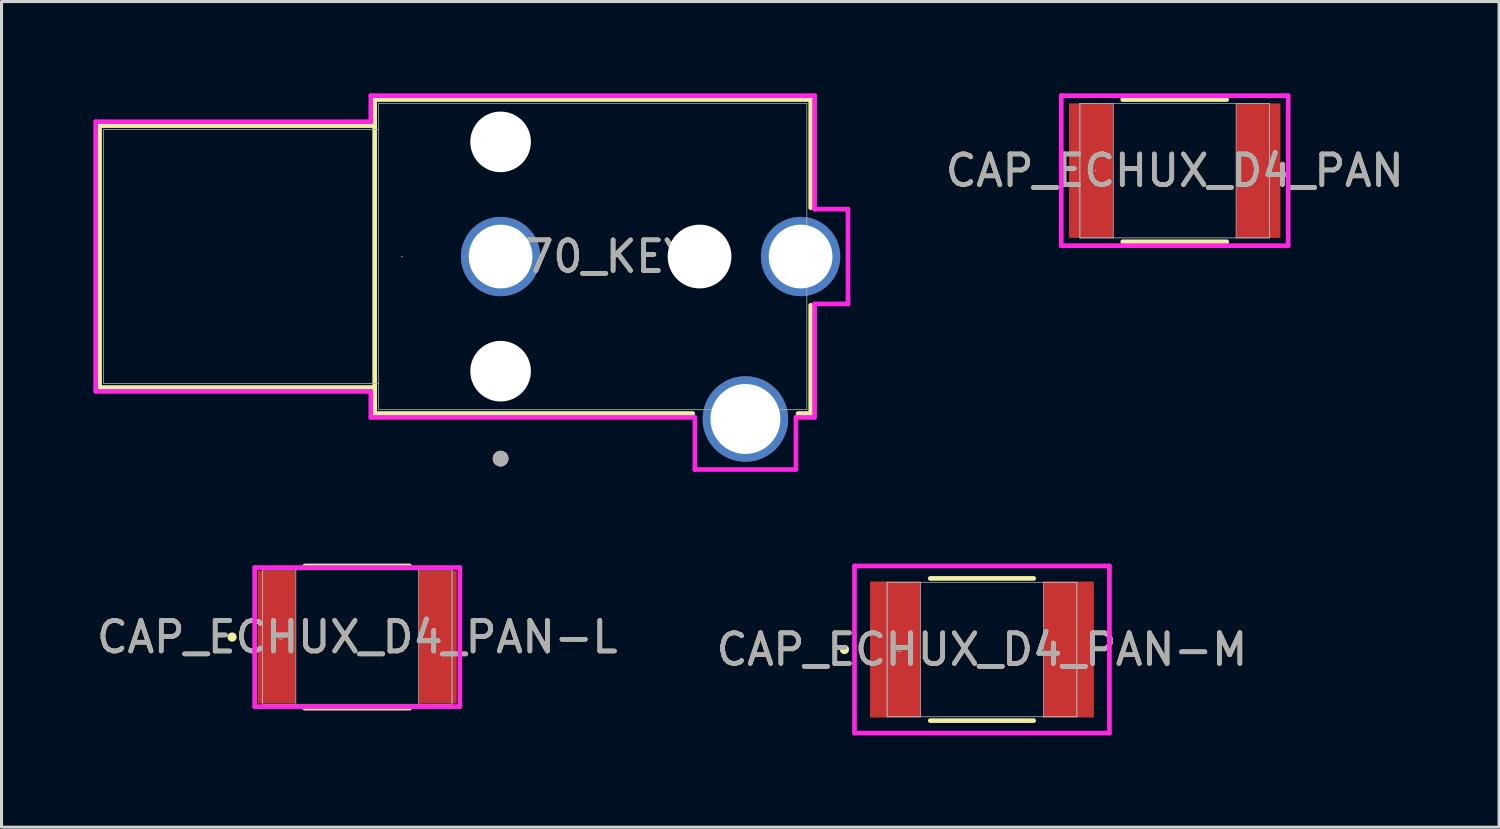
<source format=kicad_pcb>
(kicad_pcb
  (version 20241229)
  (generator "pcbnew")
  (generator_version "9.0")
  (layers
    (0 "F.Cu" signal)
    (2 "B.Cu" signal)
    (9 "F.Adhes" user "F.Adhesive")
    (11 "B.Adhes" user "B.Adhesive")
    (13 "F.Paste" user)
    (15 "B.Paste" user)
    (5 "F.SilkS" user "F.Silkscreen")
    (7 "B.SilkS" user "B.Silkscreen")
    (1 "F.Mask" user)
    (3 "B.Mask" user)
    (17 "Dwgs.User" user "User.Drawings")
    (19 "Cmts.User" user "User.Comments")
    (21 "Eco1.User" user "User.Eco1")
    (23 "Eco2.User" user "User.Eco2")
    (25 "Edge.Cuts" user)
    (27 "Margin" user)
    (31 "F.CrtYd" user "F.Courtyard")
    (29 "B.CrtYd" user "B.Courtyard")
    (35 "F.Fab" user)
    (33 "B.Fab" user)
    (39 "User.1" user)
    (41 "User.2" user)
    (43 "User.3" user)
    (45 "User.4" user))
  (footprint "970_KEY"
    (layer "F.Cu")
    (at 13.31 5.334)
    (property "Reference" "970_KEY" (at 3.01 0 0) (unlocked yes) (layer "F.SilkS") (effects (font (size 1 1) (thickness 0.15))))
    (attr through_hole)
    (fp_line (start -13.106 -4.28) (end -13.106 4.28) (stroke (width 0.152) (type solid)) (layer "F.SilkS"))
    (fp_line (start -13.106 4.28) (end -4.115 4.28) (stroke (width 0.152) (type solid)) (layer "F.SilkS"))
    (fp_line (start -4.115 -5.131) (end -4.115 5.131) (stroke (width 0.152) (type solid)) (layer "F.SilkS"))
    (fp_line (start -4.115 -4.28) (end -13.106 -4.28) (stroke (width 0.152) (type solid)) (layer "F.SilkS"))
    (fp_line (start -4.115 5.131) (end 6.28 5.131) (stroke (width 0.152) (type solid)) (layer "F.SilkS"))
    (fp_line (start 9.722 5.131) (end 10.135 5.131) (stroke (width 0.152) (type solid)) (layer "F.SilkS"))
    (fp_line (start 10.135 -5.131) (end -4.115 -5.131) (stroke (width 0.152) (type solid)) (layer "F.SilkS"))
    (fp_line (start 10.135 -1.594) (end 10.135 -5.131) (stroke (width 0.152) (type solid)) (layer "F.SilkS"))
    (fp_line (start 10.135 5.131) (end 10.135 1.594) (stroke (width 0.152) (type solid)) (layer "F.SilkS"))
    (fp_circle (center 0 6.604) (end 0.127 6.604) (stroke (width 0.254) (type solid)) (fill no) (layer "F.SilkS"))
    (fp_circle (center 0 6.604) (end 0.127 6.604) (stroke (width 0.254) (type solid)) (fill no) (layer "B.SilkS"))
    (fp_line (start -13.233 -4.407) (end -13.233 4.407) (stroke (width 0.152) (type solid)) (layer "F.CrtYd"))
    (fp_line (start -13.233 4.407) (end -4.242 4.407) (stroke (width 0.152) (type solid)) (layer "F.CrtYd"))
    (fp_line (start -4.242 -5.258) (end -4.242 -4.407) (stroke (width 0.152) (type solid)) (layer "F.CrtYd"))
    (fp_line (start -4.242 -4.407) (end -13.233 -4.407) (stroke (width 0.152) (type solid)) (layer "F.CrtYd"))
    (fp_line (start -4.242 4.407) (end -4.242 5.258) (stroke (width 0.152) (type solid)) (layer "F.CrtYd"))
    (fp_line (start -4.242 5.258) (end 6.35 5.258) (stroke (width 0.152) (type solid)) (layer "F.CrtYd"))
    (fp_line (start 6.35 5.258) (end 6.35 6.96) (stroke (width 0.152) (type solid)) (layer "F.CrtYd"))
    (fp_line (start 6.35 6.96) (end 9.652 6.96) (stroke (width 0.152) (type solid)) (layer "F.CrtYd"))
    (fp_line (start 9.652 5.258) (end 10.262 5.258) (stroke (width 0.152) (type solid)) (layer "F.CrtYd"))
    (fp_line (start 9.652 6.96) (end 9.652 5.258) (stroke (width 0.152) (type solid)) (layer "F.CrtYd"))
    (fp_line (start 10.262 -5.258) (end -4.242 -5.258) (stroke (width 0.152) (type solid)) (layer "F.CrtYd"))
    (fp_line (start 10.262 -1.549) (end 10.262 -5.258) (stroke (width 0.152) (type solid)) (layer "F.CrtYd"))
    (fp_line (start 10.262 1.549) (end 11.354 1.549) (stroke (width 0.152) (type solid)) (layer "F.CrtYd"))
    (fp_line (start 10.262 5.258) (end 10.262 1.549) (stroke (width 0.152) (type solid)) (layer "F.CrtYd"))
    (fp_line (start 11.354 -1.549) (end 10.262 -1.549) (stroke (width 0.152) (type solid)) (layer "F.CrtYd"))
    (fp_line (start 11.354 1.549) (end 11.354 -1.549) (stroke (width 0.152) (type solid)) (layer "F.CrtYd"))
    (fp_line (start -12.979 -4.153) (end -12.979 4.153) (stroke (width 0.025) (type solid)) (layer "F.Fab"))
    (fp_line (start -12.979 4.153) (end -3.988 4.153) (stroke (width 0.025) (type solid)) (layer "F.Fab"))
    (fp_line (start -3.988 -5.004) (end -3.988 5.004) (stroke (width 0.025) (type solid)) (layer "F.Fab"))
    (fp_line (start -3.988 -4.153) (end -12.979 -4.153) (stroke (width 0.025) (type solid)) (layer "F.Fab"))
    (fp_line (start -3.988 5.004) (end 10.008 5.004) (stroke (width 0.025) (type solid)) (layer "F.Fab"))
    (fp_line (start 10.008 -5.004) (end -3.988 -5.004) (stroke (width 0.025) (type solid)) (layer "F.Fab"))
    (fp_line (start 10.008 5.004) (end 10.008 -5.004) (stroke (width 0.025) (type solid)) (layer "F.Fab"))
    (fp_circle (center -3.226 0) (end -3.226 0) (stroke (width 0.025) (type solid)) (fill no) (layer "F.Fab"))
    (fp_circle (center 0 6.604) (end 0.127 6.604) (stroke (width 0.254) (type solid)) (fill no) (layer "F.Fab"))
    (fp_text user "${REFERENCE}" (at 3.01 0 0) (unlocked yes) (layer "F.Fab") (effects (font (size 1 1) (thickness 0.15))))
    (pad "" np_thru_hole circle (at 0 -3.747) (size 1.981 1.981) (drill 1.981) (layers "*.Cu" "*.Mask"))
    (pad "" np_thru_hole circle (at 0 3.747) (size 1.981 1.981) (drill 1.981) (layers "*.Cu" "*.Mask"))
    (pad "" np_thru_hole circle (at 6.502 0) (size 2.083 2.083) (drill 2.083) (layers "*.Cu" "*.Mask"))
    (pad "1" thru_hole circle (at 0 0) (size 2.591 2.591) (drill 2.083) (layers "*.Cu" "*.Mask"))
    (pad "3" thru_hole circle (at 9.804 0) (size 2.591 2.591) (drill 2.083) (layers "*.Cu" "*.Mask"))
    (pad "4" thru_hole circle (at 8.001 5.309) (size 2.794 2.794) (drill 2.286) (layers "*.Cu" "*.Mask")))
  (footprint "CAP_ECHUX_D4_PAN-L"
    (layer "F.Cu")
    (at 8.625 17.77)
    (property "Reference" "CAP_ECHUX_D4_PAN-L" (at 0 0 0) (unlocked yes) (layer "F.SilkS") (effects (font (size 1 1) (thickness 0.15))))
    (attr smd)
    (fp_line (start -1.711 2.324) (end 1.711 2.324) (stroke (width 0.152) (type solid)) (layer "F.SilkS"))
    (fp_line (start 1.711 -2.324) (end -1.711 -2.324) (stroke (width 0.152) (type solid)) (layer "F.SilkS"))
    (fp_circle (center -4.089 0) (end -4.013 0) (stroke (width 0.152) (type solid)) (fill no) (layer "F.SilkS"))
    (fp_line (start -3.353 -2.273) (end 3.353 -2.273) (stroke (width 0.152) (type solid)) (layer "F.CrtYd"))
    (fp_line (start -3.353 2.273) (end -3.353 -2.273) (stroke (width 0.152) (type solid)) (layer "F.CrtYd"))
    (fp_line (start 3.353 -2.273) (end 3.353 2.273) (stroke (width 0.152) (type solid)) (layer "F.CrtYd"))
    (fp_line (start 3.353 2.273) (end -3.353 2.273) (stroke (width 0.152) (type solid)) (layer "F.CrtYd"))
    (fp_line (start -3.099 -2.197) (end -3.099 2.197) (stroke (width 0.025) (type solid)) (layer "F.Fab"))
    (fp_line (start -3.099 -2.197) (end -3.099 2.197) (stroke (width 0.025) (type solid)) (layer "F.Fab"))
    (fp_line (start -3.099 2.197) (end -2.007 2.197) (stroke (width 0.025) (type solid)) (layer "F.Fab"))
    (fp_line (start -3.099 2.197) (end 3.099 2.197) (stroke (width 0.025) (type solid)) (layer "F.Fab"))
    (fp_line (start -2.007 -2.197) (end -3.099 -2.197) (stroke (width 0.025) (type solid)) (layer "F.Fab"))
    (fp_line (start -2.007 2.197) (end -2.007 -2.197) (stroke (width 0.025) (type solid)) (layer "F.Fab"))
    (fp_line (start 2.007 -2.197) (end 2.007 2.197) (stroke (width 0.025) (type solid)) (layer "F.Fab"))
    (fp_line (start 2.007 2.197) (end 3.099 2.197) (stroke (width 0.025) (type solid)) (layer "F.Fab"))
    (fp_line (start 3.099 -2.197) (end -3.099 -2.197) (stroke (width 0.025) (type solid)) (layer "F.Fab"))
    (fp_line (start 3.099 -2.197) (end 2.007 -2.197) (stroke (width 0.025) (type solid)) (layer "F.Fab"))
    (fp_line (start 3.099 2.197) (end 3.099 -2.197) (stroke (width 0.025) (type solid)) (layer "F.Fab"))
    (fp_line (start 3.099 2.197) (end 3.099 -2.197) (stroke (width 0.025) (type solid)) (layer "F.Fab"))
    (fp_circle (center -2.502 0) (end -2.426 0) (stroke (width 0.025) (type solid)) (fill no) (layer "F.Fab"))
    (fp_text user "${REFERENCE}" (at 0 0 0) (unlocked yes) (layer "F.Fab") (effects (font (size 1 1) (thickness 0.15))))
    (pad "1" smd rect (at -2.629 0) (size 1.245 4.343) (layers "F.Cu" "F.Mask" "F.Paste"))
    (pad "2" smd rect (at 2.629 0) (size 1.245 4.343) (layers "F.Cu" "F.Mask" "F.Paste"))
    (zone (net_name "") (layer "F.Cu") (hatch full 0.508) (connect_pads) (min_thickness 0.254) (filled_areas_thickness no) (keepout (tracks not_allowed) (vias not_allowed) (pads allowed) (copperpour not_allowed) (footprints allowed)) (placement (enabled no)) (fill) (polygon (pts (xy 6.669 15.624) (xy 10.581 15.624) (xy 10.581 19.916) (xy 6.669 19.916)))))
  (footprint "CAP_ECHUX_D4_PAN"
    (layer "F.Cu")
    (at 35.341 2.527)
    (property "Reference" "CAP_ECHUX_D4_PAN" (at 0 0 0) (unlocked yes) (layer "F.SilkS") (effects (font (size 1 1) (thickness 0.15))))
    (attr smd)
    (fp_line (start -1.699 2.324) (end 1.699 2.324) (stroke (width 0.152) (type solid)) (layer "F.SilkS"))
    (fp_line (start 1.699 -2.324) (end -1.699 -2.324) (stroke (width 0.152) (type solid)) (layer "F.SilkS"))
    (fp_line (start -3.708 -2.451) (end 3.708 -2.451) (stroke (width 0.152) (type solid)) (layer "F.CrtYd"))
    (fp_line (start -3.708 2.451) (end -3.708 -2.451) (stroke (width 0.152) (type solid)) (layer "F.CrtYd"))
    (fp_line (start 3.708 -2.451) (end 3.708 2.451) (stroke (width 0.152) (type solid)) (layer "F.CrtYd"))
    (fp_line (start 3.708 2.451) (end -3.708 2.451) (stroke (width 0.152) (type solid)) (layer "F.CrtYd"))
    (fp_line (start -3.099 -2.197) (end -3.099 2.197) (stroke (width 0.025) (type solid)) (layer "F.Fab"))
    (fp_line (start -3.099 -2.197) (end -3.099 2.197) (stroke (width 0.025) (type solid)) (layer "F.Fab"))
    (fp_line (start -3.099 2.197) (end -2.007 2.197) (stroke (width 0.025) (type solid)) (layer "F.Fab"))
    (fp_line (start -3.099 2.197) (end 3.099 2.197) (stroke (width 0.025) (type solid)) (layer "F.Fab"))
    (fp_line (start -2.007 -2.197) (end -3.099 -2.197) (stroke (width 0.025) (type solid)) (layer "F.Fab"))
    (fp_line (start -2.007 2.197) (end -2.007 -2.197) (stroke (width 0.025) (type solid)) (layer "F.Fab"))
    (fp_line (start 2.007 -2.197) (end 2.007 2.197) (stroke (width 0.025) (type solid)) (layer "F.Fab"))
    (fp_line (start 2.007 2.197) (end 3.099 2.197) (stroke (width 0.025) (type solid)) (layer "F.Fab"))
    (fp_line (start 3.099 -2.197) (end -3.099 -2.197) (stroke (width 0.025) (type solid)) (layer "F.Fab"))
    (fp_line (start 3.099 -2.197) (end 2.007 -2.197) (stroke (width 0.025) (type solid)) (layer "F.Fab"))
    (fp_line (start 3.099 2.197) (end 3.099 -2.197) (stroke (width 0.025) (type solid)) (layer "F.Fab"))
    (fp_line (start 3.099 2.197) (end 3.099 -2.197) (stroke (width 0.025) (type solid)) (layer "F.Fab"))
    (fp_circle (center -2.603 0) (end -2.603 0) (stroke (width 0.025) (type solid)) (fill no) (layer "F.Fab"))
    (fp_text user "${REFERENCE}" (at 0 0 0) (unlocked yes) (layer "F.Fab") (effects (font (size 1 1) (thickness 0.15))))
    (pad "1" smd rect (at -2.731 0) (size 1.448 4.394) (layers "F.Cu" "F.Mask" "F.Paste"))
    (pad "2" smd rect (at 2.731 0) (size 1.448 4.394) (layers "F.Cu" "F.Mask" "F.Paste"))
    (zone (net_name "") (layer "F.Cu") (hatch full 0.508) (connect_pads) (min_thickness 0.254) (filled_areas_thickness no) (keepout (tracks not_allowed) (vias not_allowed) (pads allowed) (copperpour not_allowed) (footprints allowed)) (placement (enabled no)) (fill) (polygon (pts (xy 33.385 0.381) (xy 37.297 0.381) (xy 37.297 4.674) (xy 33.385 4.674)))))
  (footprint "CAP_ECHUX_D4_PAN-M"
    (layer "F.Cu")
    (at 29.042 18.177)
    (property "Reference" "CAP_ECHUX_D4_PAN-M" (at 0 0 0) (unlocked yes) (layer "F.SilkS") (effects (font (size 1 1) (thickness 0.15))))
    (attr smd)
    (fp_line (start -1.69 2.324) (end 1.69 2.324) (stroke (width 0.152) (type solid)) (layer "F.SilkS"))
    (fp_line (start 1.69 -2.324) (end -1.69 -2.324) (stroke (width 0.152) (type solid)) (layer "F.SilkS"))
    (fp_circle (center -4.496 0) (end -4.42 0) (stroke (width 0.152) (type solid)) (fill no) (layer "F.SilkS"))
    (fp_line (start -4.166 -2.731) (end 4.166 -2.731) (stroke (width 0.152) (type solid)) (layer "F.CrtYd"))
    (fp_line (start -4.166 2.731) (end -4.166 -2.731) (stroke (width 0.152) (type solid)) (layer "F.CrtYd"))
    (fp_line (start 4.166 -2.731) (end 4.166 2.731) (stroke (width 0.152) (type solid)) (layer "F.CrtYd"))
    (fp_line (start 4.166 2.731) (end -4.166 2.731) (stroke (width 0.152) (type solid)) (layer "F.CrtYd"))
    (fp_line (start -3.099 -2.197) (end -3.099 2.197) (stroke (width 0.025) (type solid)) (layer "F.Fab"))
    (fp_line (start -3.099 -2.197) (end -3.099 2.197) (stroke (width 0.025) (type solid)) (layer "F.Fab"))
    (fp_line (start -3.099 2.197) (end -2.007 2.197) (stroke (width 0.025) (type solid)) (layer "F.Fab"))
    (fp_line (start -3.099 2.197) (end 3.099 2.197) (stroke (width 0.025) (type solid)) (layer "F.Fab"))
    (fp_line (start -2.007 -2.197) (end -3.099 -2.197) (stroke (width 0.025) (type solid)) (layer "F.Fab"))
    (fp_line (start -2.007 2.197) (end -2.007 -2.197) (stroke (width 0.025) (type solid)) (layer "F.Fab"))
    (fp_line (start 2.007 -2.197) (end 2.007 2.197) (stroke (width 0.025) (type solid)) (layer "F.Fab"))
    (fp_line (start 2.007 2.197) (end 3.099 2.197) (stroke (width 0.025) (type solid)) (layer "F.Fab"))
    (fp_line (start 3.099 -2.197) (end -3.099 -2.197) (stroke (width 0.025) (type solid)) (layer "F.Fab"))
    (fp_line (start 3.099 -2.197) (end 2.007 -2.197) (stroke (width 0.025) (type solid)) (layer "F.Fab"))
    (fp_line (start 3.099 2.197) (end 3.099 -2.197) (stroke (width 0.025) (type solid)) (layer "F.Fab"))
    (fp_line (start 3.099 2.197) (end 3.099 -2.197) (stroke (width 0.025) (type solid)) (layer "F.Fab"))
    (fp_circle (center -2.705 0) (end -2.629 0) (stroke (width 0.025) (type solid)) (fill no) (layer "F.Fab"))
    (fp_text user "${REFERENCE}" (at 0 0 0) (unlocked yes) (layer "F.Fab") (effects (font (size 1 1) (thickness 0.15))))
    (pad "1" smd rect (at -2.832 0) (size 1.651 4.445) (layers "F.Cu" "F.Mask" "F.Paste"))
    (pad "2" smd rect (at 2.832 0) (size 1.651 4.445) (layers "F.Cu" "F.Mask" "F.Paste"))
    (zone (net_name "") (layer "F.Cu") (hatch full 0.508) (connect_pads) (min_thickness 0.254) (filled_areas_thickness no) (keepout (tracks not_allowed) (vias not_allowed) (pads allowed) (copperpour not_allowed) (footprints allowed)) (placement (enabled no)) (fill) (polygon (pts (xy 27.086 16.03) (xy 30.997 16.03) (xy 30.997 20.323) (xy 27.086 20.323)))))
  (gr_rect
    (start -3 -3)
    (end 45.942 23.983)
    (stroke (width 0.1) (type default))
    (fill no)
    (layer "Edge.Cuts")))
</source>
